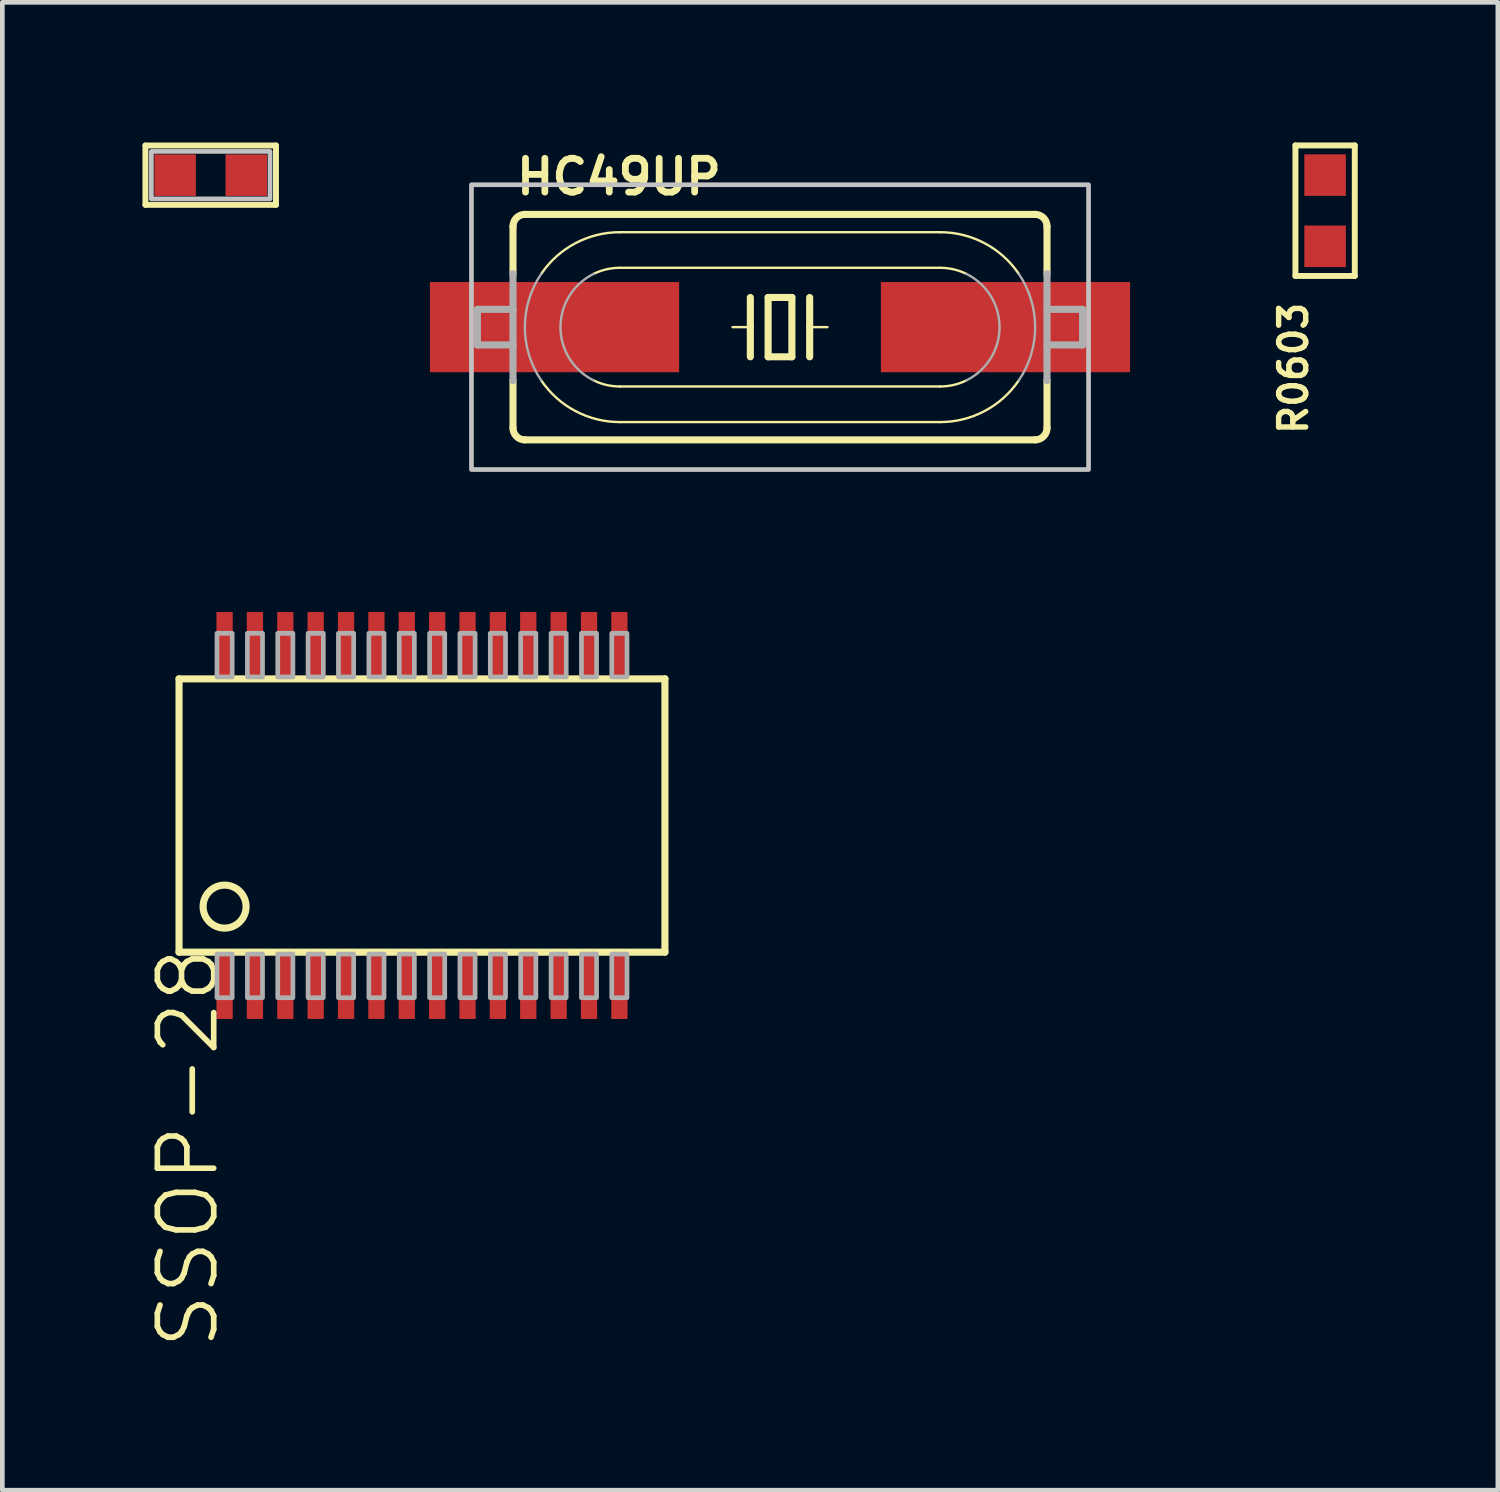
<source format=kicad_pcb>
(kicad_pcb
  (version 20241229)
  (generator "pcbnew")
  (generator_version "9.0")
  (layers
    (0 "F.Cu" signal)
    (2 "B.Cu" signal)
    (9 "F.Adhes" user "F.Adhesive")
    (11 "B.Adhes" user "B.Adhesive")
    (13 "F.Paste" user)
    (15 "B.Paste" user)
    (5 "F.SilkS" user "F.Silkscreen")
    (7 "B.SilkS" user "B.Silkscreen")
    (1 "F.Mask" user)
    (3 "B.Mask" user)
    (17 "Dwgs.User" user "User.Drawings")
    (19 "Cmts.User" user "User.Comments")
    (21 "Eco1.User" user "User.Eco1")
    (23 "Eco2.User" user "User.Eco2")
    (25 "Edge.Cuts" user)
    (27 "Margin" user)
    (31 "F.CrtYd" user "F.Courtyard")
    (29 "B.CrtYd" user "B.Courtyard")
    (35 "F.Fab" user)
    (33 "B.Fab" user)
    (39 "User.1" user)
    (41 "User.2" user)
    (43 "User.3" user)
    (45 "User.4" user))
  (footprint "SSOP-28"
    (layer "F.Cu")
    (at 5.982 14.405)
    (property "Reference" "SSOP-28" (at -5.715 2.76 90) (layer "F.SilkS") (effects (font (size 1.206 1.206) (thickness 0.121)) (justify right top)))
    (attr through_hole)
    (fp_line (start -5.2 -2.925) (end 5.2 -2.925) (stroke (width 0.152) (type solid)) (layer "F.SilkS"))
    (fp_line (start -5.2 2.925) (end -5.2 -2.925) (stroke (width 0.152) (type solid)) (layer "F.SilkS"))
    (fp_line (start 5.2 -2.925) (end 5.2 2.925) (stroke (width 0.152) (type solid)) (layer "F.SilkS"))
    (fp_line (start 5.2 2.925) (end -5.2 2.925) (stroke (width 0.152) (type solid)) (layer "F.SilkS"))
    (fp_circle (center -4.225 1.95) (end -3.765 1.95) (stroke (width 0.152) (type solid)) (fill no) (layer "F.SilkS"))
    (fp_poly (pts (xy -4.388 -2.966) (xy -4.062 -2.966) (xy -4.062 -3.9) (xy -4.388 -3.9)) (stroke (width 0.1) (type solid)) (fill no) (layer "F.Fab"))
    (fp_poly (pts (xy -4.388 3.9) (xy -4.062 3.9) (xy -4.062 2.966) (xy -4.388 2.966)) (stroke (width 0.1) (type solid)) (fill no) (layer "F.Fab"))
    (fp_poly (pts (xy -3.737 -2.966) (xy -3.413 -2.966) (xy -3.413 -3.9) (xy -3.737 -3.9)) (stroke (width 0.1) (type solid)) (fill no) (layer "F.Fab"))
    (fp_poly (pts (xy -3.737 3.9) (xy -3.413 3.9) (xy -3.413 2.966) (xy -3.737 2.966)) (stroke (width 0.1) (type solid)) (fill no) (layer "F.Fab"))
    (fp_poly (pts (xy -3.087 -2.966) (xy -2.763 -2.966) (xy -2.763 -3.9) (xy -3.087 -3.9)) (stroke (width 0.1) (type solid)) (fill no) (layer "F.Fab"))
    (fp_poly (pts (xy -3.087 3.9) (xy -2.763 3.9) (xy -2.763 2.966) (xy -3.087 2.966)) (stroke (width 0.1) (type solid)) (fill no) (layer "F.Fab"))
    (fp_poly (pts (xy -2.438 -2.966) (xy -2.112 -2.966) (xy -2.112 -3.9) (xy -2.438 -3.9)) (stroke (width 0.1) (type solid)) (fill no) (layer "F.Fab"))
    (fp_poly (pts (xy -2.438 3.9) (xy -2.112 3.9) (xy -2.112 2.966) (xy -2.438 2.966)) (stroke (width 0.1) (type solid)) (fill no) (layer "F.Fab"))
    (fp_poly (pts (xy -1.788 -2.966) (xy -1.462 -2.966) (xy -1.462 -3.9) (xy -1.788 -3.9)) (stroke (width 0.1) (type solid)) (fill no) (layer "F.Fab"))
    (fp_poly (pts (xy -1.788 3.9) (xy -1.462 3.9) (xy -1.462 2.966) (xy -1.788 2.966)) (stroke (width 0.1) (type solid)) (fill no) (layer "F.Fab"))
    (fp_poly (pts (xy -1.137 -2.966) (xy -0.812 -2.966) (xy -0.812 -3.9) (xy -1.137 -3.9)) (stroke (width 0.1) (type solid)) (fill no) (layer "F.Fab"))
    (fp_poly (pts (xy -1.137 3.9) (xy -0.812 3.9) (xy -0.812 2.966) (xy -1.137 2.966)) (stroke (width 0.1) (type solid)) (fill no) (layer "F.Fab"))
    (fp_poly (pts (xy -0.487 -2.966) (xy -0.163 -2.966) (xy -0.163 -3.9) (xy -0.487 -3.9)) (stroke (width 0.1) (type solid)) (fill no) (layer "F.Fab"))
    (fp_poly (pts (xy -0.487 3.9) (xy -0.163 3.9) (xy -0.163 2.966) (xy -0.487 2.966)) (stroke (width 0.1) (type solid)) (fill no) (layer "F.Fab"))
    (fp_poly (pts (xy 0.163 -2.966) (xy 0.487 -2.966) (xy 0.487 -3.9) (xy 0.163 -3.9)) (stroke (width 0.1) (type solid)) (fill no) (layer "F.Fab"))
    (fp_poly (pts (xy 0.163 3.9) (xy 0.487 3.9) (xy 0.487 2.966) (xy 0.163 2.966)) (stroke (width 0.1) (type solid)) (fill no) (layer "F.Fab"))
    (fp_poly (pts (xy 0.812 -2.966) (xy 1.137 -2.966) (xy 1.137 -3.9) (xy 0.812 -3.9)) (stroke (width 0.1) (type solid)) (fill no) (layer "F.Fab"))
    (fp_poly (pts (xy 0.812 3.9) (xy 1.137 3.9) (xy 1.137 2.966) (xy 0.812 2.966)) (stroke (width 0.1) (type solid)) (fill no) (layer "F.Fab"))
    (fp_poly (pts (xy 1.462 -2.966) (xy 1.788 -2.966) (xy 1.788 -3.9) (xy 1.462 -3.9)) (stroke (width 0.1) (type solid)) (fill no) (layer "F.Fab"))
    (fp_poly (pts (xy 1.462 3.9) (xy 1.788 3.9) (xy 1.788 2.966) (xy 1.462 2.966)) (stroke (width 0.1) (type solid)) (fill no) (layer "F.Fab"))
    (fp_poly (pts (xy 2.112 -2.966) (xy 2.438 -2.966) (xy 2.438 -3.9) (xy 2.112 -3.9)) (stroke (width 0.1) (type solid)) (fill no) (layer "F.Fab"))
    (fp_poly (pts (xy 2.112 3.9) (xy 2.438 3.9) (xy 2.438 2.966) (xy 2.112 2.966)) (stroke (width 0.1) (type solid)) (fill no) (layer "F.Fab"))
    (fp_poly (pts (xy 2.763 -2.966) (xy 3.087 -2.966) (xy 3.087 -3.9) (xy 2.763 -3.9)) (stroke (width 0.1) (type solid)) (fill no) (layer "F.Fab"))
    (fp_poly (pts (xy 2.763 3.9) (xy 3.087 3.9) (xy 3.087 2.966) (xy 2.763 2.966)) (stroke (width 0.1) (type solid)) (fill no) (layer "F.Fab"))
    (fp_poly (pts (xy 3.413 -2.966) (xy 3.737 -2.966) (xy 3.737 -3.9) (xy 3.413 -3.9)) (stroke (width 0.1) (type solid)) (fill no) (layer "F.Fab"))
    (fp_poly (pts (xy 3.413 3.9) (xy 3.737 3.9) (xy 3.737 2.966) (xy 3.413 2.966)) (stroke (width 0.1) (type solid)) (fill no) (layer "F.Fab"))
    (fp_poly (pts (xy 4.062 -2.966) (xy 4.388 -2.966) (xy 4.388 -3.9) (xy 4.062 -3.9)) (stroke (width 0.1) (type solid)) (fill no) (layer "F.Fab"))
    (fp_poly (pts (xy 4.062 3.9) (xy 4.388 3.9) (xy 4.388 2.966) (xy 4.062 2.966)) (stroke (width 0.1) (type solid)) (fill no) (layer "F.Fab"))
    (pad "1" smd rect (at -4.225 3.656) (size 0.348 1.397) (layers "F.Cu" "F.Mask" "F.Paste"))
    (pad "2" smd rect (at -3.575 3.656) (size 0.348 1.397) (layers "F.Cu" "F.Mask" "F.Paste"))
    (pad "3" smd rect (at -2.925 3.656) (size 0.348 1.397) (layers "F.Cu" "F.Mask" "F.Paste"))
    (pad "4" smd rect (at -2.275 3.656) (size 0.348 1.397) (layers "F.Cu" "F.Mask" "F.Paste"))
    (pad "5" smd rect (at -1.625 3.656) (size 0.348 1.397) (layers "F.Cu" "F.Mask" "F.Paste"))
    (pad "6" smd rect (at -0.975 3.656) (size 0.348 1.397) (layers "F.Cu" "F.Mask" "F.Paste"))
    (pad "7" smd rect (at -0.325 3.656) (size 0.348 1.397) (layers "F.Cu" "F.Mask" "F.Paste"))
    (pad "8" smd rect (at 0.325 3.656) (size 0.348 1.397) (layers "F.Cu" "F.Mask" "F.Paste"))
    (pad "9" smd rect (at 0.975 3.656) (size 0.348 1.397) (layers "F.Cu" "F.Mask" "F.Paste"))
    (pad "10" smd rect (at 1.625 3.656) (size 0.348 1.397) (layers "F.Cu" "F.Mask" "F.Paste"))
    (pad "11" smd rect (at 2.275 3.656) (size 0.348 1.397) (layers "F.Cu" "F.Mask" "F.Paste"))
    (pad "12" smd rect (at 2.925 3.656) (size 0.348 1.397) (layers "F.Cu" "F.Mask" "F.Paste"))
    (pad "13" smd rect (at 3.575 3.656) (size 0.348 1.397) (layers "F.Cu" "F.Mask" "F.Paste"))
    (pad "14" smd rect (at 4.225 3.656) (size 0.348 1.397) (layers "F.Cu" "F.Mask" "F.Paste"))
    (pad "15" smd rect (at 4.225 -3.656) (size 0.348 1.397) (layers "F.Cu" "F.Mask" "F.Paste"))
    (pad "16" smd rect (at 3.575 -3.656) (size 0.348 1.397) (layers "F.Cu" "F.Mask" "F.Paste"))
    (pad "17" smd rect (at 2.925 -3.656) (size 0.348 1.397) (layers "F.Cu" "F.Mask" "F.Paste"))
    (pad "18" smd rect (at 2.275 -3.656) (size 0.348 1.397) (layers "F.Cu" "F.Mask" "F.Paste"))
    (pad "19" smd rect (at 1.625 -3.656) (size 0.348 1.397) (layers "F.Cu" "F.Mask" "F.Paste"))
    (pad "20" smd rect (at 0.975 -3.656) (size 0.348 1.397) (layers "F.Cu" "F.Mask" "F.Paste"))
    (pad "21" smd rect (at 0.325 -3.656) (size 0.348 1.397) (layers "F.Cu" "F.Mask" "F.Paste"))
    (pad "22" smd rect (at -0.325 -3.656) (size 0.348 1.397) (layers "F.Cu" "F.Mask" "F.Paste"))
    (pad "23" smd rect (at -0.975 -3.656) (size 0.348 1.397) (layers "F.Cu" "F.Mask" "F.Paste"))
    (pad "24" smd rect (at -1.625 -3.656) (size 0.348 1.397) (layers "F.Cu" "F.Mask" "F.Paste"))
    (pad "25" smd rect (at -2.275 -3.656) (size 0.348 1.397) (layers "F.Cu" "F.Mask" "F.Paste"))
    (pad "26" smd rect (at -2.925 -3.656) (size 0.348 1.397) (layers "F.Cu" "F.Mask" "F.Paste"))
    (pad "27" smd rect (at -3.575 -3.656) (size 0.348 1.397) (layers "F.Cu" "F.Mask" "F.Paste"))
    (pad "28" smd rect (at -4.225 -3.656) (size 0.348 1.397) (layers "F.Cu" "F.Mask" "F.Paste")))
  (footprint "HC49UP"
    (layer "F.Cu")
    (at 13.645 3.952)
    (property "Reference" "HC49UP" (at -5.715 -2.794 0) (layer "F.SilkS") (effects (font (size 0.724 0.724) (thickness 0.145)) (justify left bottom)))
    (attr through_hole)
    (fp_line (start -5.715 -1.143) (end -5.715 -2.159) (stroke (width 0.152) (type solid)) (layer "F.SilkS"))
    (fp_line (start -5.715 2.159) (end -5.715 1.143) (stroke (width 0.152) (type solid)) (layer "F.SilkS"))
    (fp_line (start -3.429 -2.032) (end 3.429 -2.032) (stroke (width 0.051) (type solid)) (layer "F.SilkS"))
    (fp_line (start -3.429 -1.27) (end 3.429 -1.27) (stroke (width 0.051) (type solid)) (layer "F.SilkS"))
    (fp_line (start -0.635 -0.635) (end -0.635 0) (stroke (width 0.152) (type solid)) (layer "F.SilkS"))
    (fp_line (start -0.635 0) (end -1.016 0) (stroke (width 0.051) (type solid)) (layer "F.SilkS"))
    (fp_line (start -0.635 0) (end -0.635 0.635) (stroke (width 0.152) (type solid)) (layer "F.SilkS"))
    (fp_line (start -0.254 -0.635) (end -0.254 0.635) (stroke (width 0.152) (type solid)) (layer "F.SilkS"))
    (fp_line (start -0.254 0.635) (end 0.254 0.635) (stroke (width 0.152) (type solid)) (layer "F.SilkS"))
    (fp_line (start 0.254 -0.635) (end -0.254 -0.635) (stroke (width 0.152) (type solid)) (layer "F.SilkS"))
    (fp_line (start 0.254 0.635) (end 0.254 -0.635) (stroke (width 0.152) (type solid)) (layer "F.SilkS"))
    (fp_line (start 0.635 -0.635) (end 0.635 0) (stroke (width 0.152) (type solid)) (layer "F.SilkS"))
    (fp_line (start 0.635 0) (end 0.635 0.635) (stroke (width 0.152) (type solid)) (layer "F.SilkS"))
    (fp_line (start 0.635 0) (end 1.016 0) (stroke (width 0.051) (type solid)) (layer "F.SilkS"))
    (fp_line (start 3.429 1.27) (end -3.429 1.27) (stroke (width 0.051) (type solid)) (layer "F.SilkS"))
    (fp_line (start 3.429 2.032) (end -3.429 2.032) (stroke (width 0.051) (type solid)) (layer "F.SilkS"))
    (fp_line (start 5.461 -2.413) (end -5.461 -2.413) (stroke (width 0.152) (type solid)) (layer "F.SilkS"))
    (fp_line (start 5.461 2.413) (end -5.461 2.413) (stroke (width 0.152) (type solid)) (layer "F.SilkS"))
    (fp_line (start 5.715 -1.143) (end 5.715 -2.159) (stroke (width 0.152) (type solid)) (layer "F.SilkS"))
    (fp_line (start 5.715 2.159) (end 5.715 1.143) (stroke (width 0.152) (type solid)) (layer "F.SilkS"))
    (fp_arc (start -5.715 -2.159) (mid -5.640605 -2.338605) (end -5.461 -2.413) (stroke (width 0.1524) (type solid)) (layer "F.SilkS"))
    (fp_arc (start -5.461 2.413) (mid -5.640605 2.338605) (end -5.715 2.159) (stroke (width 0.1524) (type solid)) (layer "F.SilkS"))
    (fp_arc (start -5.1091 -1.143) (mid -4.379417 -1.796107) (end -3.429 -2.032101) (stroke (width 0.0508) (type solid)) (layer "F.SilkS"))
    (fp_arc (start -3.9826 -1.143) (mid -3.712991 -1.237845) (end -3.429 -1.27) (stroke (width 0.0508) (type solid)) (layer "F.SilkS"))
    (fp_arc (start -3.429 1.27) (mid -3.712991 1.237845) (end -3.9826 1.143) (stroke (width 0.0508) (type solid)) (layer "F.SilkS"))
    (fp_arc (start -3.429 2.032001) (mid -4.379408 1.796063) (end -5.1091 1.143) (stroke (width 0.0508) (type solid)) (layer "F.SilkS"))
    (fp_arc (start 3.429 -2.032) (mid 4.379408 -1.796062) (end 5.1091 -1.142999) (stroke (width 0.0508) (type solid)) (layer "F.SilkS"))
    (fp_arc (start 3.429 -1.27) (mid 3.712991 -1.237845) (end 3.9826 -1.143) (stroke (width 0.0508) (type solid)) (layer "F.SilkS"))
    (fp_arc (start 3.9826 1.143) (mid 3.712991 1.237845) (end 3.429 1.27) (stroke (width 0.0508) (type solid)) (layer "F.SilkS"))
    (fp_arc (start 5.109 1.142899) (mid 4.379368 1.795994) (end 3.429 2.032) (stroke (width 0.0508) (type solid)) (layer "F.SilkS"))
    (fp_arc (start 5.461 -2.413) (mid 5.640605 -2.338605) (end 5.715 -2.159) (stroke (width 0.1524) (type solid)) (layer "F.SilkS"))
    (fp_arc (start 5.715 2.159) (mid 5.640605 2.338605) (end 5.461 2.413) (stroke (width 0.1524) (type solid)) (layer "F.SilkS"))
    (fp_poly (pts (xy -6.604 3.048) (xy 6.604 3.048) (xy 6.604 -3.048) (xy -6.604 -3.048)) (stroke (width 0.1) (type solid)) (fill no) (layer "Dwgs.User"))
    (fp_line (start -6.477 0.381) (end -6.477 -0.381) (stroke (width 0.152) (type solid)) (layer "F.Fab"))
    (fp_line (start -5.715 -0.381) (end -6.477 -0.381) (stroke (width 0.152) (type solid)) (layer "F.Fab"))
    (fp_line (start -5.715 -0.381) (end -5.715 -1.143) (stroke (width 0.152) (type solid)) (layer "F.Fab"))
    (fp_line (start -5.715 0.381) (end -6.477 0.381) (stroke (width 0.152) (type solid)) (layer "F.Fab"))
    (fp_line (start -5.715 0.381) (end -5.715 -0.381) (stroke (width 0.152) (type solid)) (layer "F.Fab"))
    (fp_line (start -5.715 1.143) (end -5.715 0.381) (stroke (width 0.152) (type solid)) (layer "F.Fab"))
    (fp_line (start 5.715 -0.381) (end 6.477 -0.381) (stroke (width 0.152) (type solid)) (layer "F.Fab"))
    (fp_line (start 5.715 0.381) (end 6.477 0.381) (stroke (width 0.152) (type solid)) (layer "F.Fab"))
    (fp_line (start 5.715 1.143) (end 5.715 -1.143) (stroke (width 0.152) (type solid)) (layer "F.Fab"))
    (fp_line (start 6.477 0.381) (end 6.477 -0.381) (stroke (width 0.152) (type solid)) (layer "F.Fab"))
    (fp_arc (start -5.1091 1.143) (mid -5.46104 0) (end -5.1091 -1.143) (stroke (width 0.0508) (type solid)) (layer "F.Fab"))
    (fp_arc (start -3.9826 1.143) (mid -4.699009 0) (end -3.9826 -1.143) (stroke (width 0.0508) (type solid)) (layer "F.Fab"))
    (fp_arc (start 3.9826 -1.143) (mid 4.699009 0) (end 3.9826 1.143) (stroke (width 0.0508) (type solid)) (layer "F.Fab"))
    (fp_arc (start 5.1091 -1.143) (mid 5.46104 0) (end 5.1091 1.143) (stroke (width 0.0508) (type solid)) (layer "F.Fab"))
    (pad "1" smd rect (at -4.826 0) (size 5.334 1.93) (layers "F.Cu" "F.Mask" "F.Paste"))
    (pad "2" smd rect (at 4.826 0) (size 5.334 1.93) (layers "F.Cu" "F.Mask" "F.Paste")))
  (footprint "C0603"
    (layer "F.Cu")
    (at 1.46 0.699)
    (property "Reference" "C0603" (at -1.27 0.254 0) (layer "F.Mask") (effects (font (size 0.603 0.603) (thickness 0.06)) (justify left bottom)))
    (attr through_hole)
    (fp_line (start -1.397 -0.635) (end 1.397 -0.635) (stroke (width 0.127) (type solid)) (layer "F.SilkS"))
    (fp_line (start -1.397 0.635) (end -1.397 -0.635) (stroke (width 0.127) (type solid)) (layer "F.SilkS"))
    (fp_line (start 1.397 -0.635) (end 1.397 0.635) (stroke (width 0.127) (type solid)) (layer "F.SilkS"))
    (fp_line (start 1.397 0.635) (end -1.397 0.635) (stroke (width 0.127) (type solid)) (layer "F.SilkS"))
    (fp_poly (pts (xy -1.27 0.508) (xy 1.27 0.508) (xy 1.27 -0.508) (xy -1.27 -0.508)) (stroke (width 0.1) (type solid)) (fill no) (layer "Dwgs.User"))
    (pad "1" smd rect (at -0.762 0) (size 0.889 0.889) (layers "F.Cu" "F.Mask" "F.Paste"))
    (pad "2" smd rect (at 0.762 0) (size 0.889 0.889) (layers "F.Cu" "F.Mask" "F.Paste")))
  (footprint "R0603"
    (layer "F.Cu")
    (at 25.312 1.46)
    (property "Reference" "R0603" (at -1.016 1.905 90) (layer "F.SilkS") (effects (font (size 0.579 0.579) (thickness 0.116)) (justify right top)))
    (attr through_hole)
    (fp_line (start -0.635 -1.397) (end 0.635 -1.397) (stroke (width 0.127) (type solid)) (layer "F.SilkS"))
    (fp_line (start -0.635 1.397) (end -0.635 -1.397) (stroke (width 0.127) (type solid)) (layer "F.SilkS"))
    (fp_line (start 0.635 -1.397) (end 0.635 1.397) (stroke (width 0.127) (type solid)) (layer "F.SilkS"))
    (fp_line (start 0.635 1.397) (end -0.635 1.397) (stroke (width 0.127) (type solid)) (layer "F.SilkS"))
    (pad "1" smd rect (at 0 -0.762 270) (size 0.889 0.889) (layers "F.Cu" "F.Mask" "F.Paste"))
    (pad "2" smd rect (at 0 0.762 270) (size 0.889 0.889) (layers "F.Cu" "F.Mask" "F.Paste")))
  (gr_rect
    (start -3 -3)
    (end 29.01 28.846)
    (stroke (width 0.1) (type default))
    (fill no)
    (layer "Edge.Cuts")))
</source>
